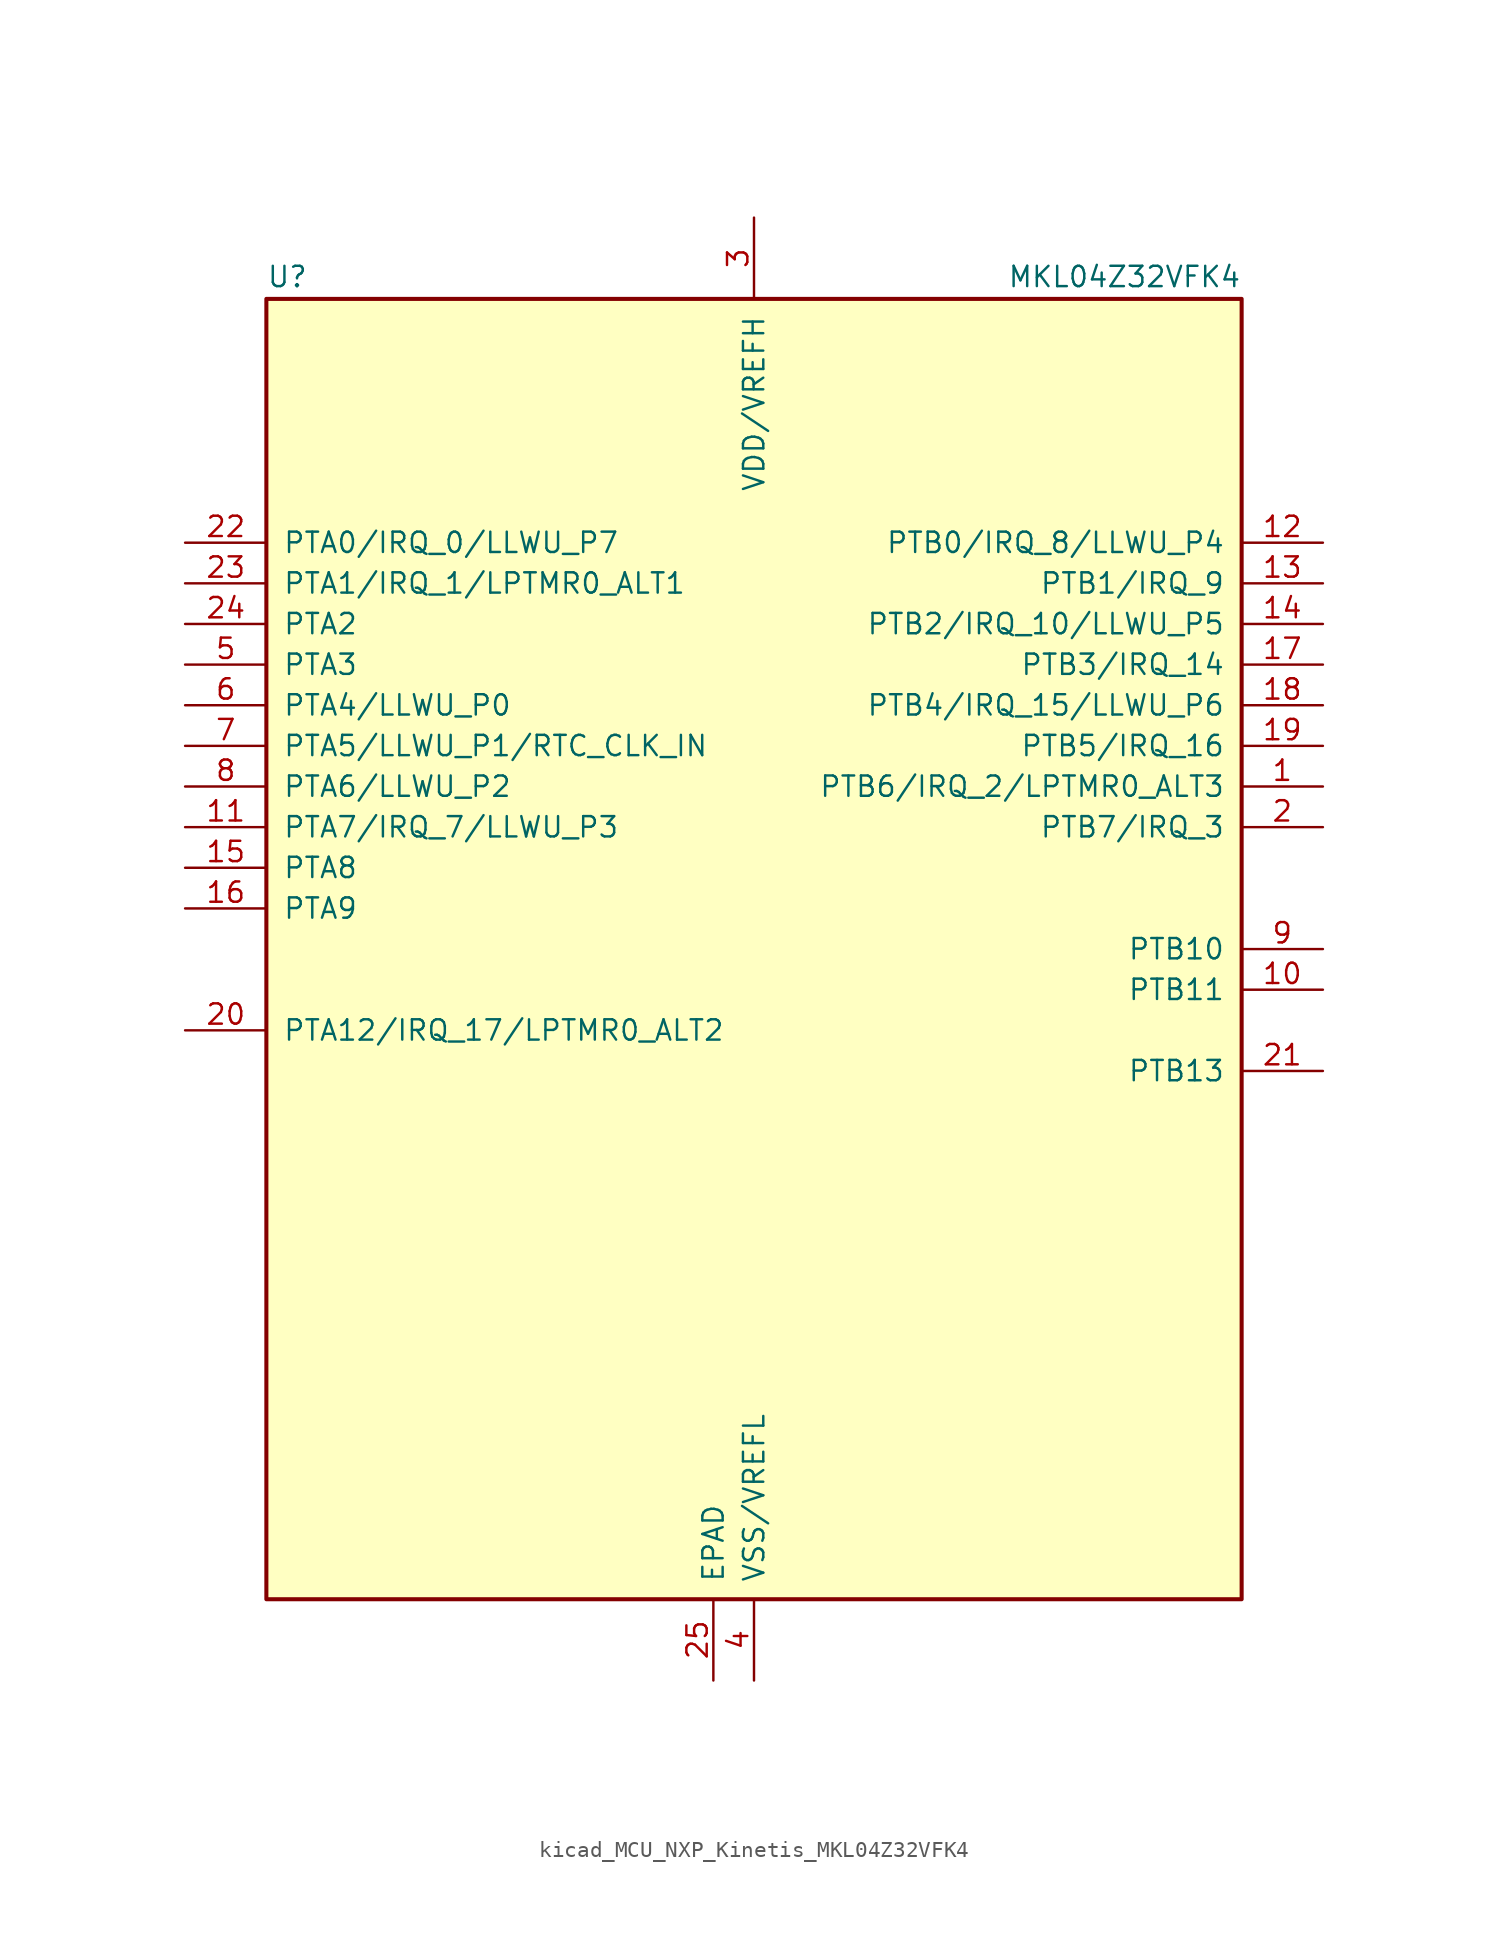
<source format=kicad_sym>
(kicad_symbol_lib
  (version 20220914)
  (generator kicad_symbol_editor)
  (symbol "kicad_MCU_NXP_Kinetis_MKL04Z32VFK4"
    (pin_names
      (offset 1.016))
    (property "Reference" "U"
      (at -30.48 41.275 0)
      (effects (font (size 1.27 1.27)) (justify left bottom)))
    (property "Value" "MKL04Z32VFK4"
      (at 30.48 41.275 0)
      (effects (font (size 1.27 1.27)) (justify right bottom)))
    (symbol "kicad_MCU_NXP_Kinetis_MKL04Z32VFK4_0_1"
      (rectangle (start -30.48 40.64) (end 30.48 -40.64) (stroke (width 0.254) (type default)) (fill (type background))))
    (symbol "kicad_MCU_NXP_Kinetis_MKL04Z32VFK4_1_1"
      (pin bidirectional line (at 35.56 10.16 180) (length 5.08) (name "PTB6/IRQ_2/LPTMR0_ALT3" (effects (font (size 1.27 1.27)))) (number "1" (effects (font (size 1.27 1.27)))))
      (pin bidirectional line (at 35.56 -2.54 180) (length 5.08) (name "PTB11" (effects (font (size 1.27 1.27)))) (number "10" (effects (font (size 1.27 1.27)))))
      (pin bidirectional line (at -35.56 7.62 0) (length 5.08) (name "PTA7/IRQ_7/LLWU_P3" (effects (font (size 1.27 1.27)))) (number "11" (effects (font (size 1.27 1.27)))))
      (pin bidirectional line (at 35.56 25.4 180) (length 5.08) (name "PTB0/IRQ_8/LLWU_P4" (effects (font (size 1.27 1.27)))) (number "12" (effects (font (size 1.27 1.27)))))
      (pin bidirectional line (at 35.56 22.86 180) (length 5.08) (name "PTB1/IRQ_9" (effects (font (size 1.27 1.27)))) (number "13" (effects (font (size 1.27 1.27)))))
      (pin bidirectional line (at 35.56 20.32 180) (length 5.08) (name "PTB2/IRQ_10/LLWU_P5" (effects (font (size 1.27 1.27)))) (number "14" (effects (font (size 1.27 1.27)))))
      (pin bidirectional line (at -35.56 5.08 0) (length 5.08) (name "PTA8" (effects (font (size 1.27 1.27)))) (number "15" (effects (font (size 1.27 1.27)))))
      (pin bidirectional line (at -35.56 2.54 0) (length 5.08) (name "PTA9" (effects (font (size 1.27 1.27)))) (number "16" (effects (font (size 1.27 1.27)))))
      (pin bidirectional line (at 35.56 17.78 180) (length 5.08) (name "PTB3/IRQ_14" (effects (font (size 1.27 1.27)))) (number "17" (effects (font (size 1.27 1.27)))))
      (pin bidirectional line (at 35.56 15.24 180) (length 5.08) (name "PTB4/IRQ_15/LLWU_P6" (effects (font (size 1.27 1.27)))) (number "18" (effects (font (size 1.27 1.27)))))
      (pin bidirectional line (at 35.56 12.7 180) (length 5.08) (name "PTB5/IRQ_16" (effects (font (size 1.27 1.27)))) (number "19" (effects (font (size 1.27 1.27)))))
      (pin bidirectional line (at 35.56 7.62 180) (length 5.08) (name "PTB7/IRQ_3" (effects (font (size 1.27 1.27)))) (number "2" (effects (font (size 1.27 1.27)))))
      (pin bidirectional line (at -35.56 -5.08 0) (length 5.08) (name "PTA12/IRQ_17/LPTMR0_ALT2" (effects (font (size 1.27 1.27)))) (number "20" (effects (font (size 1.27 1.27)))))
      (pin bidirectional line (at 35.56 -7.62 180) (length 5.08) (name "PTB13" (effects (font (size 1.27 1.27)))) (number "21" (effects (font (size 1.27 1.27)))))
      (pin bidirectional line (at -35.56 25.4 0) (length 5.08) (name "PTA0/IRQ_0/LLWU_P7" (effects (font (size 1.27 1.27)))) (number "22" (effects (font (size 1.27 1.27)))))
      (pin bidirectional line (at -35.56 22.86 0) (length 5.08) (name "PTA1/IRQ_1/LPTMR0_ALT1" (effects (font (size 1.27 1.27)))) (number "23" (effects (font (size 1.27 1.27)))))
      (pin bidirectional line (at -35.56 20.32 0) (length 5.08) (name "PTA2" (effects (font (size 1.27 1.27)))) (number "24" (effects (font (size 1.27 1.27)))))
      (pin power_in line (at -2.54 -45.72 90) (length 5.08) (name "EPAD" (effects (font (size 1.27 1.27)))) (number "25" (effects (font (size 1.27 1.27)))))
      (pin power_in line (at 0 45.72 270) (length 5.08) (name "VDD/VREFH" (effects (font (size 1.27 1.27)))) (number "3" (effects (font (size 1.27 1.27)))))
      (pin power_in line (at 0 -45.72 90) (length 5.08) (name "VSS/VREFL" (effects (font (size 1.27 1.27)))) (number "4" (effects (font (size 1.27 1.27)))))
      (pin bidirectional line (at -35.56 17.78 0) (length 5.08) (name "PTA3" (effects (font (size 1.27 1.27)))) (number "5" (effects (font (size 1.27 1.27)))))
      (pin bidirectional line (at -35.56 15.24 0) (length 5.08) (name "PTA4/LLWU_P0" (effects (font (size 1.27 1.27)))) (number "6" (effects (font (size 1.27 1.27)))))
      (pin bidirectional line (at -35.56 12.7 0) (length 5.08) (name "PTA5/LLWU_P1/RTC_CLK_IN" (effects (font (size 1.27 1.27)))) (number "7" (effects (font (size 1.27 1.27)))))
      (pin bidirectional line (at -35.56 10.16 0) (length 5.08) (name "PTA6/LLWU_P2" (effects (font (size 1.27 1.27)))) (number "8" (effects (font (size 1.27 1.27)))))
      (pin bidirectional line (at 35.56 0 180) (length 5.08) (name "PTB10" (effects (font (size 1.27 1.27)))) (number "9" (effects (font (size 1.27 1.27))))))))
</source>
